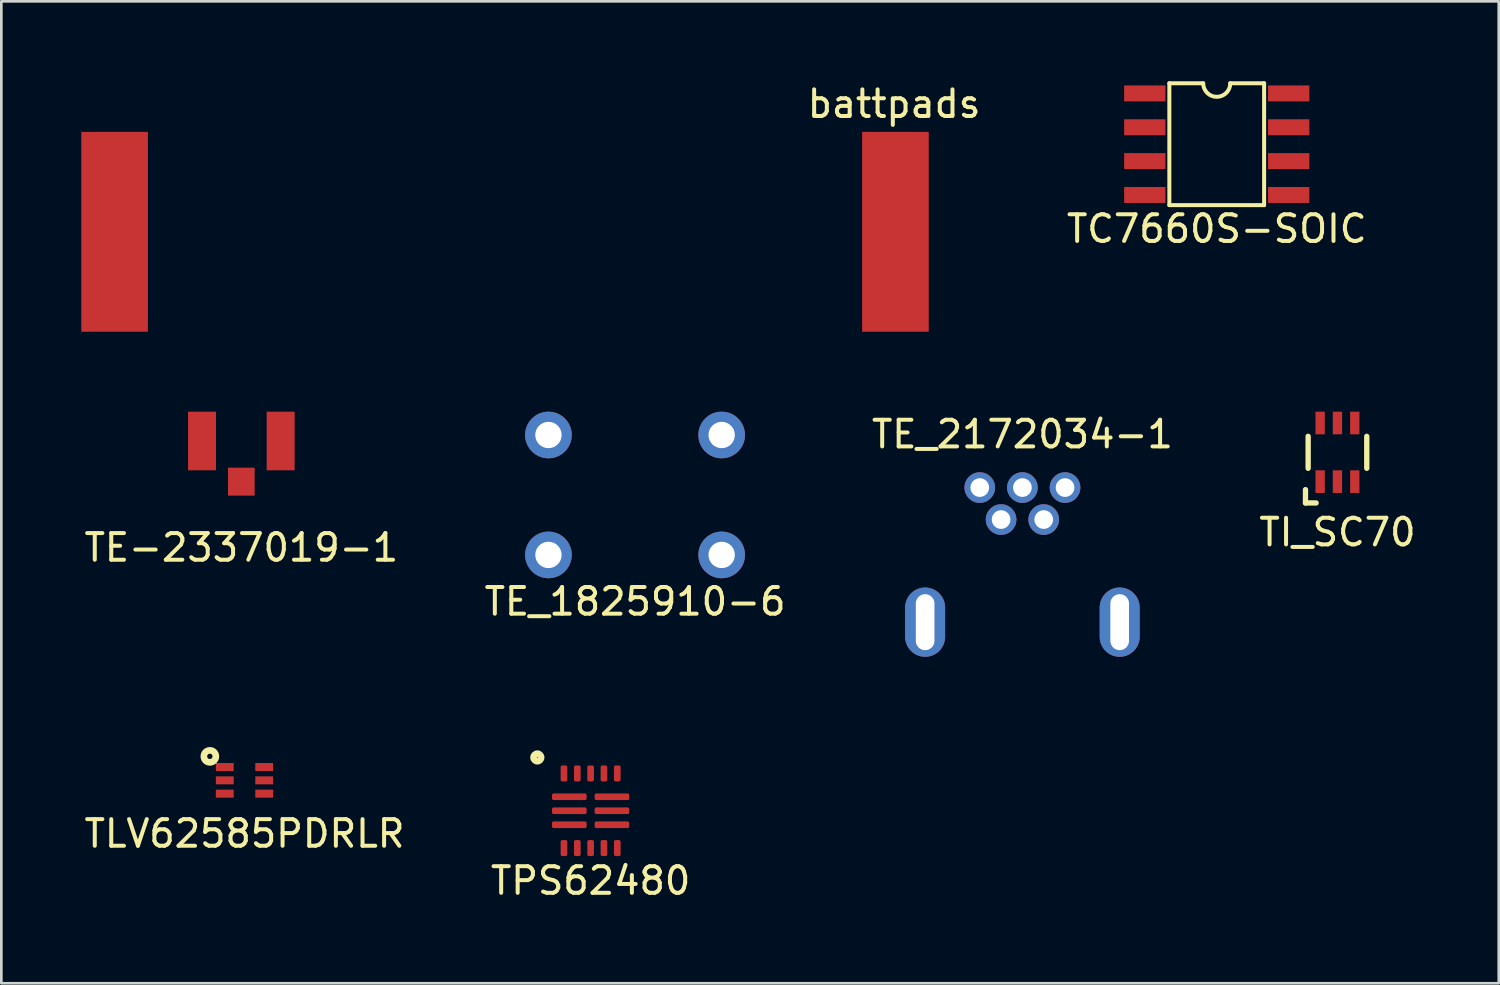
<source format=kicad_pcb>
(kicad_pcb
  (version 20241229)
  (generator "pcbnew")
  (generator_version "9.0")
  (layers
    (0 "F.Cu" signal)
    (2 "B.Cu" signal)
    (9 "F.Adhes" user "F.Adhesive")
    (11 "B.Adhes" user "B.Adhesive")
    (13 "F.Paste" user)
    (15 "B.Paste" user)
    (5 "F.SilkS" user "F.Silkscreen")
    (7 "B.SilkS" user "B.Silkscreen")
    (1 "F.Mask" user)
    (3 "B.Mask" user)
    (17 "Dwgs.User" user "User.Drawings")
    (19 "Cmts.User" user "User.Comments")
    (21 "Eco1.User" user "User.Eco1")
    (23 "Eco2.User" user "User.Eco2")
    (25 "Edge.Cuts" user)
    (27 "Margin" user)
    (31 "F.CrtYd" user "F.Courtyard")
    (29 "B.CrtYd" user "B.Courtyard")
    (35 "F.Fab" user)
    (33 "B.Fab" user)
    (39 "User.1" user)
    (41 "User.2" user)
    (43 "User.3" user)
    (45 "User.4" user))
  (footprint "TE-2337019-1"
    (layer "F.Cu")
    (at 6.006 13.498)
    (property "Reference" "TE-2337019-1" (at 0 4 0) (layer "F.SilkS") (effects (font (size 1 1) (thickness 0.15))))
    (attr through_hole)
    (pad "1" smd rect (at 0 1.525) (size 1 1.05) (layers "F.Cu" "F.Mask" "F.Paste"))
    (pad "2" smd rect (at -1.475 0) (size 1.05 2.2) (layers "F.Cu" "F.Mask" "F.Paste"))
    (pad "2" smd rect (at 1.475 0) (size 1.05 2.2) (layers "F.Cu" "F.Mask" "F.Paste")))
  (footprint "TPS62480"
    (layer "F.Cu")
    (at 19.113 27.373)
    (property "Reference" "TPS62480" (at 0 2.625 0) (layer "F.SilkS") (effects (font (size 1 1) (thickness 0.15))))
    (attr through_hole)
    (fp_circle (center -2 -2) (end -2.1 -2.1) (stroke (width 0.25) (type solid)) (fill no) (layer "F.SilkS"))
    (pad "" smd roundrect (at -1.175 -0.525) (size 0.55 0.25) (layers "F.Paste") (roundrect_rratio 0.25))
    (pad "" smd roundrect (at -1.175 0) (size 0.55 0.25) (layers "F.Paste") (roundrect_rratio 0.25))
    (pad "" smd roundrect (at -1.175 0.525) (size 0.55 0.25) (layers "F.Paste") (roundrect_rratio 0.25))
    (pad "" smd roundrect (at -0.425 -0.525) (size 0.55 0.25) (layers "F.Paste") (roundrect_rratio 0.25))
    (pad "" smd roundrect (at -0.425 0) (size 0.55 0.25) (layers "F.Paste") (roundrect_rratio 0.25))
    (pad "" smd roundrect (at -0.425 0.525) (size 0.55 0.25) (layers "F.Paste") (roundrect_rratio 0.25))
    (pad "" smd roundrect (at 0.425 -0.525) (size 0.55 0.25) (layers "F.Paste") (roundrect_rratio 0.25))
    (pad "" smd roundrect (at 0.425 0) (size 0.55 0.25) (layers "F.Paste") (roundrect_rratio 0.25))
    (pad "" smd roundrect (at 0.425 0.525) (size 0.55 0.25) (layers "F.Paste") (roundrect_rratio 0.25))
    (pad "" smd roundrect (at 1.175 -0.525) (size 0.55 0.25) (layers "F.Paste") (roundrect_rratio 0.25))
    (pad "" smd roundrect (at 1.175 0) (size 0.55 0.25) (layers "F.Paste") (roundrect_rratio 0.25))
    (pad "" smd roundrect (at 1.175 0.525) (size 0.55 0.25) (layers "F.Paste") (roundrect_rratio 0.25))
    (pad "1" smd roundrect (at -0.8 -0.525) (size 1.3 0.25) (layers "F.Cu" "F.Mask") (roundrect_rratio 0.25))
    (pad "2" smd roundrect (at -0.8 0) (size 1.3 0.25) (layers "F.Cu" "F.Mask") (roundrect_rratio 0.25))
    (pad "3" smd roundrect (at -0.8 0.525) (size 1.3 0.25) (layers "F.Cu" "F.Mask") (roundrect_rratio 0.25))
    (pad "4" smd roundrect (at -1 1.4 180) (size 0.25 0.6) (layers "F.Cu" "F.Mask" "F.Paste") (roundrect_rratio 0.25))
    (pad "5" smd roundrect (at -0.5 1.4 180) (size 0.25 0.6) (layers "F.Cu" "F.Mask" "F.Paste") (roundrect_rratio 0.25))
    (pad "6" smd roundrect (at 0 1.4 180) (size 0.25 0.6) (layers "F.Cu" "F.Mask" "F.Paste") (roundrect_rratio 0.25))
    (pad "7" smd roundrect (at 0.5 1.4 180) (size 0.25 0.6) (layers "F.Cu" "F.Mask" "F.Paste") (roundrect_rratio 0.25))
    (pad "8" smd roundrect (at 1 1.4 180) (size 0.25 0.6) (layers "F.Cu" "F.Mask" "F.Paste") (roundrect_rratio 0.25))
    (pad "9" smd roundrect (at 0.8 0.525) (size 1.3 0.25) (layers "F.Cu" "F.Mask") (roundrect_rratio 0.25))
    (pad "10" smd roundrect (at 0.8 0) (size 1.3 0.25) (layers "F.Cu" "F.Mask") (roundrect_rratio 0.25))
    (pad "11" smd roundrect (at 0.8 -0.525) (size 1.3 0.25) (layers "F.Cu" "F.Mask") (roundrect_rratio 0.25))
    (pad "12" smd roundrect (at 1 -1.4) (size 0.25 0.6) (layers "F.Cu" "F.Mask" "F.Paste") (roundrect_rratio 0.25))
    (pad "13" smd roundrect (at 0.5 -1.4) (size 0.25 0.6) (layers "F.Cu" "F.Mask" "F.Paste") (roundrect_rratio 0.25))
    (pad "14" smd roundrect (at 0 -1.4) (size 0.25 0.6) (layers "F.Cu" "F.Mask" "F.Paste") (roundrect_rratio 0.25))
    (pad "15" smd roundrect (at -0.5 -1.4) (size 0.25 0.6) (layers "F.Cu" "F.Mask" "F.Paste") (roundrect_rratio 0.25))
    (pad "16" smd roundrect (at -1 -1.4) (size 0.25 0.6) (layers "F.Cu" "F.Mask" "F.Paste") (roundrect_rratio 0.25)))
  (footprint "TLV62585PDRLR"
    (layer "F.Cu")
    (at 6.125 26.232)
    (property "Reference" "TLV62585PDRLR" (at 0 2 0) (layer "F.SilkS") (effects (font (size 1 1) (thickness 0.15))))
    (attr through_hole)
    (fp_circle (center -1.3 -0.9) (end -1.2 -0.9) (stroke (width 0.25) (type solid)) (fill no) (layer "F.SilkS"))
    (pad "1" smd rect (at -0.74 -0.5) (size 0.67 0.3) (layers "F.Cu" "F.Mask" "F.Paste"))
    (pad "2" smd rect (at -0.74 0) (size 0.67 0.3) (layers "F.Cu" "F.Mask" "F.Paste"))
    (pad "3" smd rect (at -0.74 0.5) (size 0.67 0.3) (layers "F.Cu" "F.Mask" "F.Paste"))
    (pad "4" smd rect (at 0.74 0.5) (size 0.67 0.3) (layers "F.Cu" "F.Mask" "F.Paste"))
    (pad "5" smd rect (at 0.74 0) (size 0.67 0.3) (layers "F.Cu" "F.Mask" "F.Paste"))
    (pad "6" smd rect (at 0.74 -0.5) (size 0.67 0.3) (layers "F.Cu" "F.Mask" "F.Paste")))
  (footprint "TI_SC70"
    (layer "F.Cu")
    (at 47.137 13.923)
    (property "Reference" "TI_SC70" (at 0 3 0) (layer "F.SilkS") (effects (font (size 1 1) (thickness 0.15))))
    (attr through_hole)
    (fp_line (start -1.2 1.4) (end -1.2 1.9) (stroke (width 0.2) (type solid)) (layer "F.SilkS"))
    (fp_line (start -1.2 1.9) (end -0.8 1.9) (stroke (width 0.2) (type solid)) (layer "F.SilkS"))
    (fp_line (start -1.1 -0.6) (end -1.1 0.6) (stroke (width 0.2) (type solid)) (layer "F.SilkS"))
    (fp_line (start 1.1 -0.6) (end 1.1 0.6) (stroke (width 0.2) (type solid)) (layer "F.SilkS"))
    (pad "1" smd rect (at -0.65 1.1) (size 0.35 0.85) (layers "F.Cu" "F.Mask" "F.Paste"))
    (pad "2" smd rect (at 0 1.1) (size 0.35 0.85) (layers "F.Cu" "F.Mask" "F.Paste"))
    (pad "3" smd rect (at 0.65 1.1) (size 0.35 0.85) (layers "F.Cu" "F.Mask" "F.Paste"))
    (pad "4" smd rect (at 0.65 -1.1) (size 0.35 0.85) (layers "F.Cu" "F.Mask" "F.Paste"))
    (pad "5" smd rect (at 0 -1.1) (size 0.35 0.85) (layers "F.Cu" "F.Mask" "F.Paste"))
    (pad "6" smd rect (at -0.65 -1.1) (size 0.35 0.85) (layers "F.Cu" "F.Mask" "F.Paste")))
  (footprint "TE_1825910-6"
    (layer "F.Cu")
    (at 20.78 15.523)
    (property "Reference" "TE_1825910-6" (at 0 4 0) (layer "F.SilkS") (effects (font (size 1 1) (thickness 0.15))))
    (attr through_hole)
    (pad "1" thru_hole circle (at -3.25 -2.25) (size 1.75 1.75) (drill 0.99) (layers "*.Cu" "*.Mask"))
    (pad "1" thru_hole circle (at 3.25 -2.25) (size 1.75 1.75) (drill 0.99) (layers "*.Cu" "*.Mask"))
    (pad "2" thru_hole circle (at -3.25 2.25) (size 1.75 1.75) (drill 0.99) (layers "*.Cu" "*.Mask"))
    (pad "2" thru_hole circle (at 3.25 2.25) (size 1.75 1.75) (drill 0.99) (layers "*.Cu" "*.Mask")))
  (footprint "TE_2172034-1"
    (layer "F.Cu")
    (at 35.315 15.246)
    (property "Reference" "TE_2172034-1" (at 0 -2 0) (layer "F.SilkS") (effects (font (size 1 1) (thickness 0.15))))
    (attr through_hole)
    (fp_line (start -5 6.8) (end 5 6.8) (stroke (width 0.12) (type solid)) (layer "Eco1.User"))
    (pad "1" thru_hole circle (at -1.6 0) (size 1.15 1.15) (drill 0.7) (layers "*.Cu" "*.Mask"))
    (pad "2" thru_hole circle (at -0.8 1.2) (size 1.15 1.15) (drill 0.7) (layers "*.Cu" "*.Mask"))
    (pad "3" thru_hole circle (at 0 0) (size 1.15 1.15) (drill 0.7) (layers "*.Cu" "*.Mask"))
    (pad "4" thru_hole circle (at 0.8 1.2) (size 1.15 1.15) (drill 0.7) (layers "*.Cu" "*.Mask"))
    (pad "5" thru_hole circle (at 1.6 0) (size 1.15 1.15) (drill 0.7) (layers "*.Cu" "*.Mask"))
    (pad "6" thru_hole oval (at -3.65 5.05) (size 1.5 2.6) (drill oval 0.7 2.1) (layers "*.Cu" "*.Mask"))
    (pad "6" thru_hole oval (at 3.65 5.05) (size 1.5 2.6) (drill oval 0.7 2.1) (layers "*.Cu" "*.Mask")))
  (footprint "battpads"
    (layer "F.Cu")
    (at 15.9 5.648)
    (property "Reference" "battpads" (at 14.6 -4.8 180) (layer "F.SilkS") (effects (font (size 1 1) (thickness 0.15))))
    (attr through_hole)
    (pad "1" smd rect (at -14.65 0) (size 2.5 7.5) (layers "F.Cu" "F.Mask" "F.Paste"))
    (pad "2" smd rect (at 14.65 0) (size 2.5 7.5) (layers "F.Cu" "F.Mask" "F.Paste")))
  (footprint "TC7660S-SOIC"
    (layer "F.Cu")
    (at 42.607 2.361)
    (property "Reference" "TC7660S-SOIC" (at 0 3.175 0) (layer "F.SilkS") (effects (font (size 1 1) (thickness 0.15))))
    (attr through_hole)
    (fp_line (start -1.778 -2.286) (end -0.508 -2.286) (stroke (width 0.15) (type solid)) (layer "F.SilkS"))
    (fp_line (start -1.778 2.286) (end -1.778 -2.286) (stroke (width 0.15) (type solid)) (layer "F.SilkS"))
    (fp_line (start 1.778 -2.286) (end 0.508 -2.286) (stroke (width 0.15) (type solid)) (layer "F.SilkS"))
    (fp_line (start 1.778 2.286) (end -1.778 2.286) (stroke (width 0.15) (type solid)) (layer "F.SilkS"))
    (fp_line (start 1.778 2.286) (end 1.778 -2.286) (stroke (width 0.15) (type solid)) (layer "F.SilkS"))
    (fp_arc (start 0.508 -2.286) (mid 0 -1.778) (end -0.508 -2.286) (stroke (width 0.15) (type solid)) (layer "F.SilkS"))
    (pad "1" smd rect (at -2.7 -1.905) (size 1.55 0.6) (layers "F.Cu" "F.Mask" "F.Paste"))
    (pad "2" smd rect (at -2.7 -0.635) (size 1.55 0.6) (layers "F.Cu" "F.Mask" "F.Paste"))
    (pad "3" smd rect (at -2.7 0.635) (size 1.55 0.6) (layers "F.Cu" "F.Mask" "F.Paste"))
    (pad "4" smd rect (at -2.7 1.905) (size 1.55 0.6) (layers "F.Cu" "F.Mask" "F.Paste"))
    (pad "5" smd rect (at 2.7 1.905) (size 1.55 0.6) (layers "F.Cu" "F.Mask" "F.Paste"))
    (pad "6" smd rect (at 2.7 0.635) (size 1.55 0.6) (layers "F.Cu" "F.Mask" "F.Paste"))
    (pad "7" smd rect (at 2.7 -0.635) (size 1.55 0.6) (layers "F.Cu" "F.Mask" "F.Paste"))
    (pad "8" smd rect (at 2.7 -1.905) (size 1.55 0.6) (layers "F.Cu" "F.Mask" "F.Paste")))
  (gr_rect
    (start -3 -3)
    (end 53.19 33.846)
    (stroke (width 0.1) (type default))
    (fill no)
    (layer "Edge.Cuts")))
</source>
